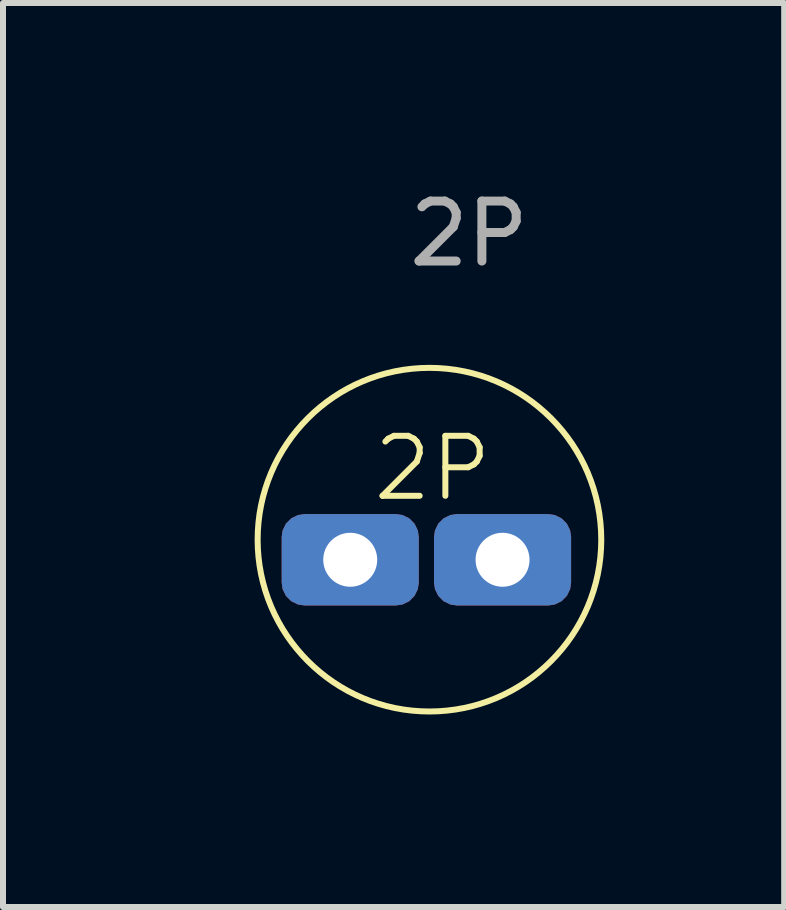
<source format=kicad_pcb>
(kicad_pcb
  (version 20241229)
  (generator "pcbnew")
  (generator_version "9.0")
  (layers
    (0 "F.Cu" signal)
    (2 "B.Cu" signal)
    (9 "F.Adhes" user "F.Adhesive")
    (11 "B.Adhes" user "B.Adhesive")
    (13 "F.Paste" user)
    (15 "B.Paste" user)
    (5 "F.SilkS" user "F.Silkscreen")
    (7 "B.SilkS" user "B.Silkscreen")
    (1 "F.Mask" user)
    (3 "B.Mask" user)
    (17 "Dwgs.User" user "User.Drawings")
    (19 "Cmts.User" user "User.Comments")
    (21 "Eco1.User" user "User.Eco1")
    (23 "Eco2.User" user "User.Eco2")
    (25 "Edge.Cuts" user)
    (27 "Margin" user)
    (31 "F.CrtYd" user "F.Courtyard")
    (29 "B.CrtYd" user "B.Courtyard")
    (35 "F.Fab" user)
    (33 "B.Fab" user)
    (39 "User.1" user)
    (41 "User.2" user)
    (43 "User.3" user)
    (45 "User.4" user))
  (footprint "2P"
    (layer "F.Cu")
    (at 0.25 8.824)
    (property "Reference" "2P" (at 3.912 -4.064 0) (unlocked yes) (layer "F.SilkS") (effects (font (size 1 1) (thickness 0.1))))
    (attr smd)
    (fp_circle (center 3.861 -2.875) (end 6.147 -1.148) (stroke (width 0.1) (type default)) (fill no) (layer "F.SilkS"))
    (fp_text user "${REFERENCE}" (at 4.521 -7.976 0) (unlocked yes) (layer "F.Fab") (effects (font (size 1 1) (thickness 0.15))))
    (pad "1" thru_hole roundrect (at 2.54 -2.54) (size 2.286 1.524) (drill 0.9) (layers "*.Cu" "*.Mask") (roundrect_rratio 0.25))
    (pad "2" thru_hole roundrect (at 5.08 -2.54) (size 2.286 1.524) (drill 0.9) (layers "*.Cu" "*.Mask") (roundrect_rratio 0.25)))
  (gr_rect
    (start -3 -3)
    (end 10.026 12.074)
    (stroke (width 0.1) (type default))
    (fill no)
    (layer "Edge.Cuts")))
</source>
